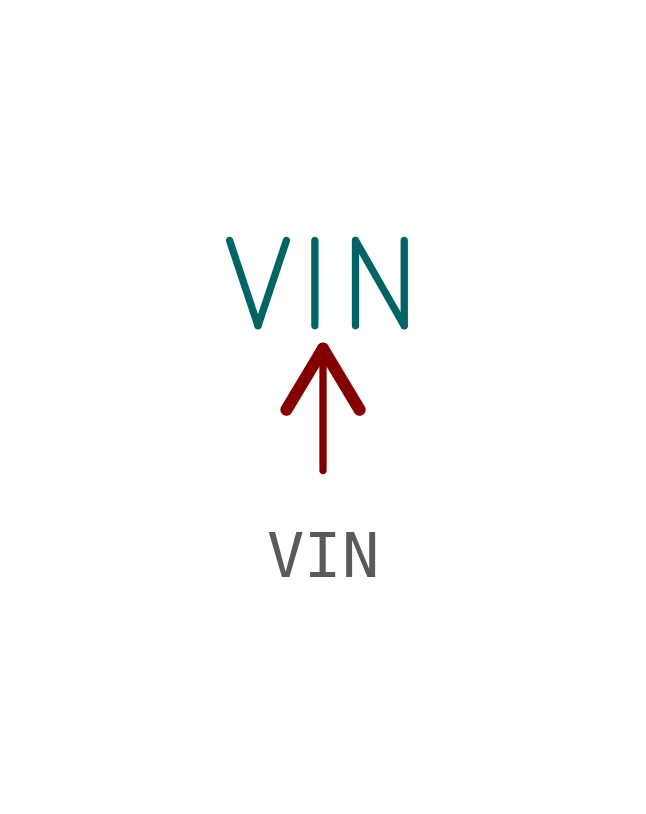
<source format=kicad_sym>
(kicad_symbol_lib
  (version 20220914)
  (generator kicad_symbol_editor)
  (symbol "VIN"
    (power)
    (property "Reference" "#SUPPLY"
      (at 0 0 0)
      (effects (font (size 1.27 1.27)) hide))
    (property "Value" "VIN"
      (at 0 2.794 0)
      (effects (font (size 1.778 1.778)) (justify bottom)))
    (property "ki_locked" ""
      (at 0 0 0)
      (effects (font (size 1.27 1.27))))
    (symbol "VIN_1_0"
      (polyline (pts (xy 0 2.54) (xy -0.762 1.27)) (stroke (width 0.254) (type solid)) (fill (type none)))
      (polyline (pts (xy 0.762 1.27) (xy 0 2.54)) (stroke (width 0.254) (type solid)) (fill (type none)))
      (pin power_in line (at 0 0 90) (length 2.54) (name "VIN" (effects (font (size 0 0)))) (number "1" (effects (font (size 0 0))))))))
</source>
